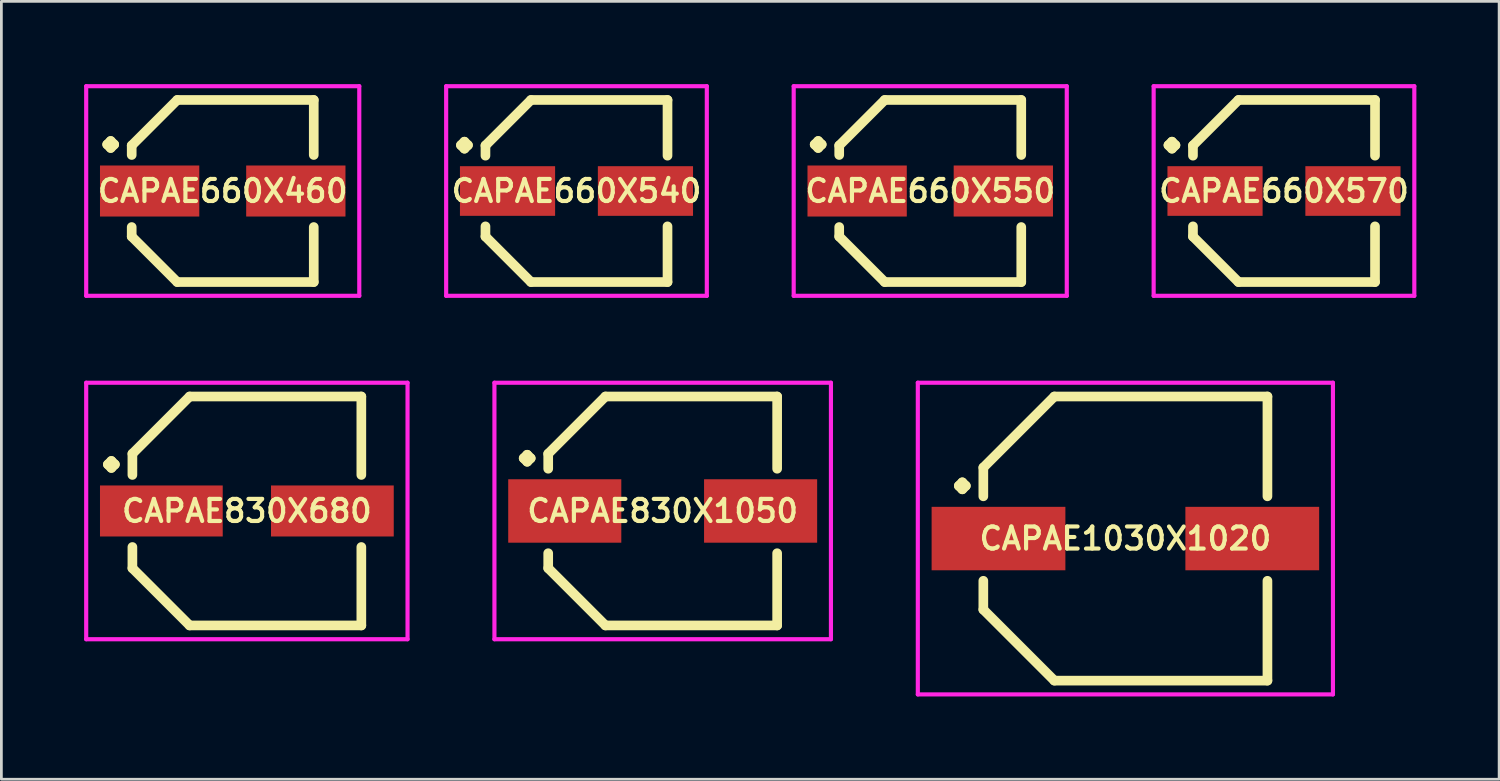
<source format=kicad_pcb>
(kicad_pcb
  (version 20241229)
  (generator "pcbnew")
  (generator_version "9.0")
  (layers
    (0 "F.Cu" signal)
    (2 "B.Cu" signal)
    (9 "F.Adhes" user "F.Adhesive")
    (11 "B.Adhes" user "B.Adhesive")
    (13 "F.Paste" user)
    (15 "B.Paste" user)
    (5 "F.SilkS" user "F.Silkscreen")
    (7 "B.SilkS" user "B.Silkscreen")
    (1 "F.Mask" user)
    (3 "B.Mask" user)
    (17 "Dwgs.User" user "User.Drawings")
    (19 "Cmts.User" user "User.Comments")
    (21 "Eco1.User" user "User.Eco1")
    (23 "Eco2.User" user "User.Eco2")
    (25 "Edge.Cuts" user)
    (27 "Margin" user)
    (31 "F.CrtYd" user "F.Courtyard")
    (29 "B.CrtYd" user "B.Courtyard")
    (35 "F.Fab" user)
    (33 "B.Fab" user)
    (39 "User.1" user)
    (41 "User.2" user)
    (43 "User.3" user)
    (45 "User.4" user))
  (footprint "CAPAE1030X1020"
    (layer "F.Cu")
    (at 37.75 16.475)
    (property "Reference" "CAPAE1030X1020" (at 0 0 0) (layer "F.SilkS") (effects (font (size 0.8 0.8) (thickness 0.15))))
    (attr through_hole)
    (fp_line (start -6.039 -1.912) (end -5.912 -2.039) (stroke (width 0.35) (type solid)) (layer "F.SilkS"))
    (fp_line (start -5.912 -2.039) (end -5.785 -1.912) (stroke (width 0.35) (type solid)) (layer "F.SilkS"))
    (fp_line (start -5.912 -1.785) (end -6.039 -1.912) (stroke (width 0.35) (type solid)) (layer "F.SilkS"))
    (fp_line (start -5.785 -1.912) (end -5.912 -1.785) (stroke (width 0.35) (type solid)) (layer "F.SilkS"))
    (fp_line (start -5.15 -2.575) (end -5.15 -1.531) (stroke (width 0.35) (type solid)) (layer "F.SilkS"))
    (fp_line (start -5.15 2.575) (end -5.15 1.531) (stroke (width 0.35) (type solid)) (layer "F.SilkS"))
    (fp_line (start -2.575 -5.15) (end -5.15 -2.575) (stroke (width 0.35) (type solid)) (layer "F.SilkS"))
    (fp_line (start -2.575 5.15) (end -5.15 2.575) (stroke (width 0.35) (type solid)) (layer "F.SilkS"))
    (fp_line (start 5.15 -5.15) (end -2.575 -5.15) (stroke (width 0.35) (type solid)) (layer "F.SilkS"))
    (fp_line (start 5.15 -1.531) (end 5.15 -5.15) (stroke (width 0.35) (type solid)) (layer "F.SilkS"))
    (fp_line (start 5.15 1.531) (end 5.15 5.15) (stroke (width 0.35) (type solid)) (layer "F.SilkS"))
    (fp_line (start 5.15 5.15) (end -2.575 5.15) (stroke (width 0.35) (type solid)) (layer "F.SilkS"))
    (fp_line (start -7.525 -5.65) (end 7.525 -5.65) (stroke (width 0.15) (type solid)) (layer "F.CrtYd"))
    (fp_line (start -7.525 5.65) (end -7.525 -5.65) (stroke (width 0.15) (type solid)) (layer "F.CrtYd"))
    (fp_line (start 7.525 -5.65) (end 7.525 5.65) (stroke (width 0.15) (type solid)) (layer "F.CrtYd"))
    (fp_line (start 7.525 5.65) (end -7.525 5.65) (stroke (width 0.15) (type solid)) (layer "F.CrtYd"))
    (pad "1" smd rect (at -4.6 0) (size 4.85 2.3) (layers "F.Cu" "F.Mask" "F.Paste"))
    (pad "2" smd rect (at 4.6 0) (size 4.85 2.3) (layers "F.Cu" "F.Mask" "F.Paste")))
  (footprint "CAPAE830X680"
    (layer "F.Cu")
    (at 5.9 15.475)
    (property "Reference" "CAPAE830X680" (at 0 0 0) (layer "F.SilkS") (effects (font (size 0.8 0.8) (thickness 0.15))))
    (attr smd)
    (fp_line (start -5.039 -1.687) (end -4.912 -1.814) (stroke (width 0.35) (type solid)) (layer "F.SilkS"))
    (fp_line (start -4.912 -1.814) (end -4.785 -1.687) (stroke (width 0.35) (type solid)) (layer "F.SilkS"))
    (fp_line (start -4.912 -1.56) (end -5.039 -1.687) (stroke (width 0.35) (type solid)) (layer "F.SilkS"))
    (fp_line (start -4.785 -1.687) (end -4.912 -1.56) (stroke (width 0.35) (type solid)) (layer "F.SilkS"))
    (fp_line (start -4.15 -2.075) (end -4.15 -1.306) (stroke (width 0.35) (type solid)) (layer "F.SilkS"))
    (fp_line (start -4.15 2.075) (end -4.15 1.306) (stroke (width 0.35) (type solid)) (layer "F.SilkS"))
    (fp_line (start -2.075 -4.15) (end -4.15 -2.075) (stroke (width 0.35) (type solid)) (layer "F.SilkS"))
    (fp_line (start -2.075 4.15) (end -4.15 2.075) (stroke (width 0.35) (type solid)) (layer "F.SilkS"))
    (fp_line (start 4.15 -4.15) (end -2.075 -4.15) (stroke (width 0.35) (type solid)) (layer "F.SilkS"))
    (fp_line (start 4.15 -1.306) (end 4.15 -4.15) (stroke (width 0.35) (type solid)) (layer "F.SilkS"))
    (fp_line (start 4.15 1.306) (end 4.15 4.15) (stroke (width 0.35) (type solid)) (layer "F.SilkS"))
    (fp_line (start 4.15 4.15) (end -2.075 4.15) (stroke (width 0.35) (type solid)) (layer "F.SilkS"))
    (fp_line (start -5.825 -4.65) (end 5.825 -4.65) (stroke (width 0.15) (type solid)) (layer "F.CrtYd"))
    (fp_line (start -5.825 4.65) (end -5.825 -4.65) (stroke (width 0.15) (type solid)) (layer "F.CrtYd"))
    (fp_line (start 5.825 -4.65) (end 5.825 4.65) (stroke (width 0.15) (type solid)) (layer "F.CrtYd"))
    (fp_line (start 5.825 4.65) (end -5.825 4.65) (stroke (width 0.15) (type solid)) (layer "F.CrtYd"))
    (pad "1" smd rect (at -3.1 0) (size 4.45 1.85) (layers "F.Cu" "F.Mask" "F.Paste"))
    (pad "2" smd rect (at 3.1 0) (size 4.45 1.85) (layers "F.Cu" "F.Mask" "F.Paste")))
  (footprint "CAPAE660X460"
    (layer "F.Cu")
    (at 5.025 3.875)
    (property "Reference" "CAPAE660X460" (at 0 0 0) (layer "F.SilkS") (effects (font (size 0.8 0.8) (thickness 0.15))))
    (attr through_hole)
    (fp_line (start -4.189 -1.687) (end -4.062 -1.814) (stroke (width 0.35) (type solid)) (layer "F.SilkS"))
    (fp_line (start -4.062 -1.814) (end -3.935 -1.687) (stroke (width 0.35) (type solid)) (layer "F.SilkS"))
    (fp_line (start -4.062 -1.56) (end -4.189 -1.687) (stroke (width 0.35) (type solid)) (layer "F.SilkS"))
    (fp_line (start -3.935 -1.687) (end -4.062 -1.56) (stroke (width 0.35) (type solid)) (layer "F.SilkS"))
    (fp_line (start -3.3 -1.65) (end -3.3 -1.306) (stroke (width 0.35) (type solid)) (layer "F.SilkS"))
    (fp_line (start -3.3 1.65) (end -3.3 1.306) (stroke (width 0.35) (type solid)) (layer "F.SilkS"))
    (fp_line (start -1.65 -3.3) (end -3.3 -1.65) (stroke (width 0.35) (type solid)) (layer "F.SilkS"))
    (fp_line (start -1.65 3.3) (end -3.3 1.65) (stroke (width 0.35) (type solid)) (layer "F.SilkS"))
    (fp_line (start 3.3 -3.3) (end -1.65 -3.3) (stroke (width 0.35) (type solid)) (layer "F.SilkS"))
    (fp_line (start 3.3 -1.306) (end 3.3 -3.3) (stroke (width 0.35) (type solid)) (layer "F.SilkS"))
    (fp_line (start 3.3 1.306) (end 3.3 3.3) (stroke (width 0.35) (type solid)) (layer "F.SilkS"))
    (fp_line (start 3.3 3.3) (end -1.65 3.3) (stroke (width 0.35) (type solid)) (layer "F.SilkS"))
    (fp_line (start -4.95 -3.8) (end 4.95 -3.8) (stroke (width 0.15) (type solid)) (layer "F.CrtYd"))
    (fp_line (start -4.95 3.8) (end -4.95 -3.8) (stroke (width 0.15) (type solid)) (layer "F.CrtYd"))
    (fp_line (start 4.95 -3.8) (end 4.95 3.8) (stroke (width 0.15) (type solid)) (layer "F.CrtYd"))
    (fp_line (start 4.95 3.8) (end -4.95 3.8) (stroke (width 0.15) (type solid)) (layer "F.CrtYd"))
    (pad "1" smd rect (at -2.65 0) (size 3.6 1.85) (layers "F.Cu" "F.Mask" "F.Paste"))
    (pad "2" smd rect (at 2.65 0) (size 3.6 1.85) (layers "F.Cu" "F.Mask" "F.Paste")))
  (footprint "CAPAE660X570"
    (layer "F.Cu")
    (at 43.5 3.875)
    (property "Reference" "CAPAE660X570" (at 0 0 0) (layer "F.SilkS") (effects (font (size 0.8 0.8) (thickness 0.15))))
    (attr through_hole)
    (fp_line (start -4.189 -1.662) (end -4.062 -1.789) (stroke (width 0.35) (type solid)) (layer "F.SilkS"))
    (fp_line (start -4.062 -1.789) (end -3.935 -1.662) (stroke (width 0.35) (type solid)) (layer "F.SilkS"))
    (fp_line (start -4.062 -1.535) (end -4.189 -1.662) (stroke (width 0.35) (type solid)) (layer "F.SilkS"))
    (fp_line (start -3.935 -1.662) (end -4.062 -1.535) (stroke (width 0.35) (type solid)) (layer "F.SilkS"))
    (fp_line (start -3.3 -1.65) (end -3.3 -1.281) (stroke (width 0.35) (type solid)) (layer "F.SilkS"))
    (fp_line (start -3.3 1.65) (end -3.3 1.281) (stroke (width 0.35) (type solid)) (layer "F.SilkS"))
    (fp_line (start -1.65 -3.3) (end -3.3 -1.65) (stroke (width 0.35) (type solid)) (layer "F.SilkS"))
    (fp_line (start -1.65 3.3) (end -3.3 1.65) (stroke (width 0.35) (type solid)) (layer "F.SilkS"))
    (fp_line (start 3.3 -3.3) (end -1.65 -3.3) (stroke (width 0.35) (type solid)) (layer "F.SilkS"))
    (fp_line (start 3.3 -1.281) (end 3.3 -3.3) (stroke (width 0.35) (type solid)) (layer "F.SilkS"))
    (fp_line (start 3.3 1.281) (end 3.3 3.3) (stroke (width 0.35) (type solid)) (layer "F.SilkS"))
    (fp_line (start 3.3 3.3) (end -1.65 3.3) (stroke (width 0.35) (type solid)) (layer "F.SilkS"))
    (fp_line (start -4.725 -3.8) (end 4.725 -3.8) (stroke (width 0.15) (type solid)) (layer "F.CrtYd"))
    (fp_line (start -4.725 3.8) (end -4.725 -3.8) (stroke (width 0.15) (type solid)) (layer "F.CrtYd"))
    (fp_line (start 4.725 -3.8) (end 4.725 3.8) (stroke (width 0.15) (type solid)) (layer "F.CrtYd"))
    (fp_line (start 4.725 3.8) (end -4.725 3.8) (stroke (width 0.15) (type solid)) (layer "F.CrtYd"))
    (pad "1" smd rect (at -2.5 0) (size 3.45 1.8) (layers "F.Cu" "F.Mask" "F.Paste"))
    (pad "2" smd rect (at 2.5 0) (size 3.45 1.8) (layers "F.Cu" "F.Mask" "F.Paste")))
  (footprint "CAPAE660X540"
    (layer "F.Cu")
    (at 17.85 3.875)
    (property "Reference" "CAPAE660X540" (at 0 0 0) (layer "F.SilkS") (effects (font (size 0.8 0.8) (thickness 0.15))))
    (attr smd)
    (fp_line (start -4.189 -1.662) (end -4.062 -1.789) (stroke (width 0.35) (type solid)) (layer "F.SilkS"))
    (fp_line (start -4.062 -1.789) (end -3.935 -1.662) (stroke (width 0.35) (type solid)) (layer "F.SilkS"))
    (fp_line (start -4.062 -1.535) (end -4.189 -1.662) (stroke (width 0.35) (type solid)) (layer "F.SilkS"))
    (fp_line (start -3.935 -1.662) (end -4.062 -1.535) (stroke (width 0.35) (type solid)) (layer "F.SilkS"))
    (fp_line (start -3.3 -1.65) (end -3.3 -1.281) (stroke (width 0.35) (type solid)) (layer "F.SilkS"))
    (fp_line (start -3.3 1.65) (end -3.3 1.281) (stroke (width 0.35) (type solid)) (layer "F.SilkS"))
    (fp_line (start -1.65 -3.3) (end -3.3 -1.65) (stroke (width 0.35) (type solid)) (layer "F.SilkS"))
    (fp_line (start -1.65 3.3) (end -3.3 1.65) (stroke (width 0.35) (type solid)) (layer "F.SilkS"))
    (fp_line (start 3.3 -3.3) (end -1.65 -3.3) (stroke (width 0.35) (type solid)) (layer "F.SilkS"))
    (fp_line (start 3.3 -1.281) (end 3.3 -3.3) (stroke (width 0.35) (type solid)) (layer "F.SilkS"))
    (fp_line (start 3.3 1.281) (end 3.3 3.3) (stroke (width 0.35) (type solid)) (layer "F.SilkS"))
    (fp_line (start 3.3 3.3) (end -1.65 3.3) (stroke (width 0.35) (type solid)) (layer "F.SilkS"))
    (fp_line (start -4.725 -3.8) (end 4.725 -3.8) (stroke (width 0.15) (type solid)) (layer "F.CrtYd"))
    (fp_line (start -4.725 3.8) (end -4.725 -3.8) (stroke (width 0.15) (type solid)) (layer "F.CrtYd"))
    (fp_line (start 4.725 -3.8) (end 4.725 3.8) (stroke (width 0.15) (type solid)) (layer "F.CrtYd"))
    (fp_line (start 4.725 3.8) (end -4.725 3.8) (stroke (width 0.15) (type solid)) (layer "F.CrtYd"))
    (pad "1" smd rect (at -2.5 0) (size 3.45 1.8) (layers "F.Cu" "F.Mask" "F.Paste"))
    (pad "2" smd rect (at 2.5 0) (size 3.45 1.8) (layers "F.Cu" "F.Mask" "F.Paste")))
  (footprint "CAPAE830X1050"
    (layer "F.Cu")
    (at 20.975 15.475)
    (property "Reference" "CAPAE830X1050" (at 0 0 0) (layer "F.SilkS") (effects (font (size 0.8 0.8) (thickness 0.15))))
    (attr smd)
    (fp_line (start -5.039 -1.912) (end -4.912 -2.039) (stroke (width 0.35) (type solid)) (layer "F.SilkS"))
    (fp_line (start -4.912 -2.039) (end -4.785 -1.912) (stroke (width 0.35) (type solid)) (layer "F.SilkS"))
    (fp_line (start -4.912 -1.785) (end -5.039 -1.912) (stroke (width 0.35) (type solid)) (layer "F.SilkS"))
    (fp_line (start -4.785 -1.912) (end -4.912 -1.785) (stroke (width 0.35) (type solid)) (layer "F.SilkS"))
    (fp_line (start -4.15 -2.075) (end -4.15 -1.531) (stroke (width 0.35) (type solid)) (layer "F.SilkS"))
    (fp_line (start -4.15 2.075) (end -4.15 1.531) (stroke (width 0.35) (type solid)) (layer "F.SilkS"))
    (fp_line (start -2.075 -4.15) (end -4.15 -2.075) (stroke (width 0.35) (type solid)) (layer "F.SilkS"))
    (fp_line (start -2.075 4.15) (end -4.15 2.075) (stroke (width 0.35) (type solid)) (layer "F.SilkS"))
    (fp_line (start 4.15 -4.15) (end -2.075 -4.15) (stroke (width 0.35) (type solid)) (layer "F.SilkS"))
    (fp_line (start 4.15 -1.531) (end 4.15 -4.15) (stroke (width 0.35) (type solid)) (layer "F.SilkS"))
    (fp_line (start 4.15 1.531) (end 4.15 4.15) (stroke (width 0.35) (type solid)) (layer "F.SilkS"))
    (fp_line (start 4.15 4.15) (end -2.075 4.15) (stroke (width 0.35) (type solid)) (layer "F.SilkS"))
    (fp_line (start -6.1 -4.65) (end 6.1 -4.65) (stroke (width 0.15) (type solid)) (layer "F.CrtYd"))
    (fp_line (start -6.1 4.65) (end -6.1 -4.65) (stroke (width 0.15) (type solid)) (layer "F.CrtYd"))
    (fp_line (start 6.1 -4.65) (end 6.1 4.65) (stroke (width 0.15) (type solid)) (layer "F.CrtYd"))
    (fp_line (start 6.1 4.65) (end -6.1 4.65) (stroke (width 0.15) (type solid)) (layer "F.CrtYd"))
    (pad "1" smd rect (at -3.55 0) (size 4.1 2.3) (layers "F.Cu" "F.Mask" "F.Paste"))
    (pad "2" smd rect (at 3.55 0) (size 4.1 2.3) (layers "F.Cu" "F.Mask" "F.Paste")))
  (footprint "CAPAE660X550"
    (layer "F.Cu")
    (at 30.675 3.875)
    (property "Reference" "CAPAE660X550" (at 0 0 0) (layer "F.SilkS") (effects (font (size 0.8 0.8) (thickness 0.15))))
    (attr smd)
    (fp_line (start -4.189 -1.687) (end -4.062 -1.814) (stroke (width 0.35) (type solid)) (layer "F.SilkS"))
    (fp_line (start -4.062 -1.814) (end -3.935 -1.687) (stroke (width 0.35) (type solid)) (layer "F.SilkS"))
    (fp_line (start -4.062 -1.56) (end -4.189 -1.687) (stroke (width 0.35) (type solid)) (layer "F.SilkS"))
    (fp_line (start -3.935 -1.687) (end -4.062 -1.56) (stroke (width 0.35) (type solid)) (layer "F.SilkS"))
    (fp_line (start -3.3 -1.65) (end -3.3 -1.306) (stroke (width 0.35) (type solid)) (layer "F.SilkS"))
    (fp_line (start -3.3 1.65) (end -3.3 1.306) (stroke (width 0.35) (type solid)) (layer "F.SilkS"))
    (fp_line (start -1.65 -3.3) (end -3.3 -1.65) (stroke (width 0.35) (type solid)) (layer "F.SilkS"))
    (fp_line (start -1.65 3.3) (end -3.3 1.65) (stroke (width 0.35) (type solid)) (layer "F.SilkS"))
    (fp_line (start 3.3 -3.3) (end -1.65 -3.3) (stroke (width 0.35) (type solid)) (layer "F.SilkS"))
    (fp_line (start 3.3 -1.306) (end 3.3 -3.3) (stroke (width 0.35) (type solid)) (layer "F.SilkS"))
    (fp_line (start 3.3 1.306) (end 3.3 3.3) (stroke (width 0.35) (type solid)) (layer "F.SilkS"))
    (fp_line (start 3.3 3.3) (end -1.65 3.3) (stroke (width 0.35) (type solid)) (layer "F.SilkS"))
    (fp_line (start -4.95 -3.8) (end 4.95 -3.8) (stroke (width 0.15) (type solid)) (layer "F.CrtYd"))
    (fp_line (start -4.95 3.8) (end -4.95 -3.8) (stroke (width 0.15) (type solid)) (layer "F.CrtYd"))
    (fp_line (start 4.95 -3.8) (end 4.95 3.8) (stroke (width 0.15) (type solid)) (layer "F.CrtYd"))
    (fp_line (start 4.95 3.8) (end -4.95 3.8) (stroke (width 0.15) (type solid)) (layer "F.CrtYd"))
    (pad "1" smd rect (at -2.65 0) (size 3.6 1.85) (layers "F.Cu" "F.Mask" "F.Paste"))
    (pad "2" smd rect (at 2.65 0) (size 3.6 1.85) (layers "F.Cu" "F.Mask" "F.Paste")))
  (gr_rect
    (start -3 -3)
    (end 51.3 25.2)
    (stroke (width 0.1) (type default))
    (fill no)
    (layer "Edge.Cuts")))
</source>
